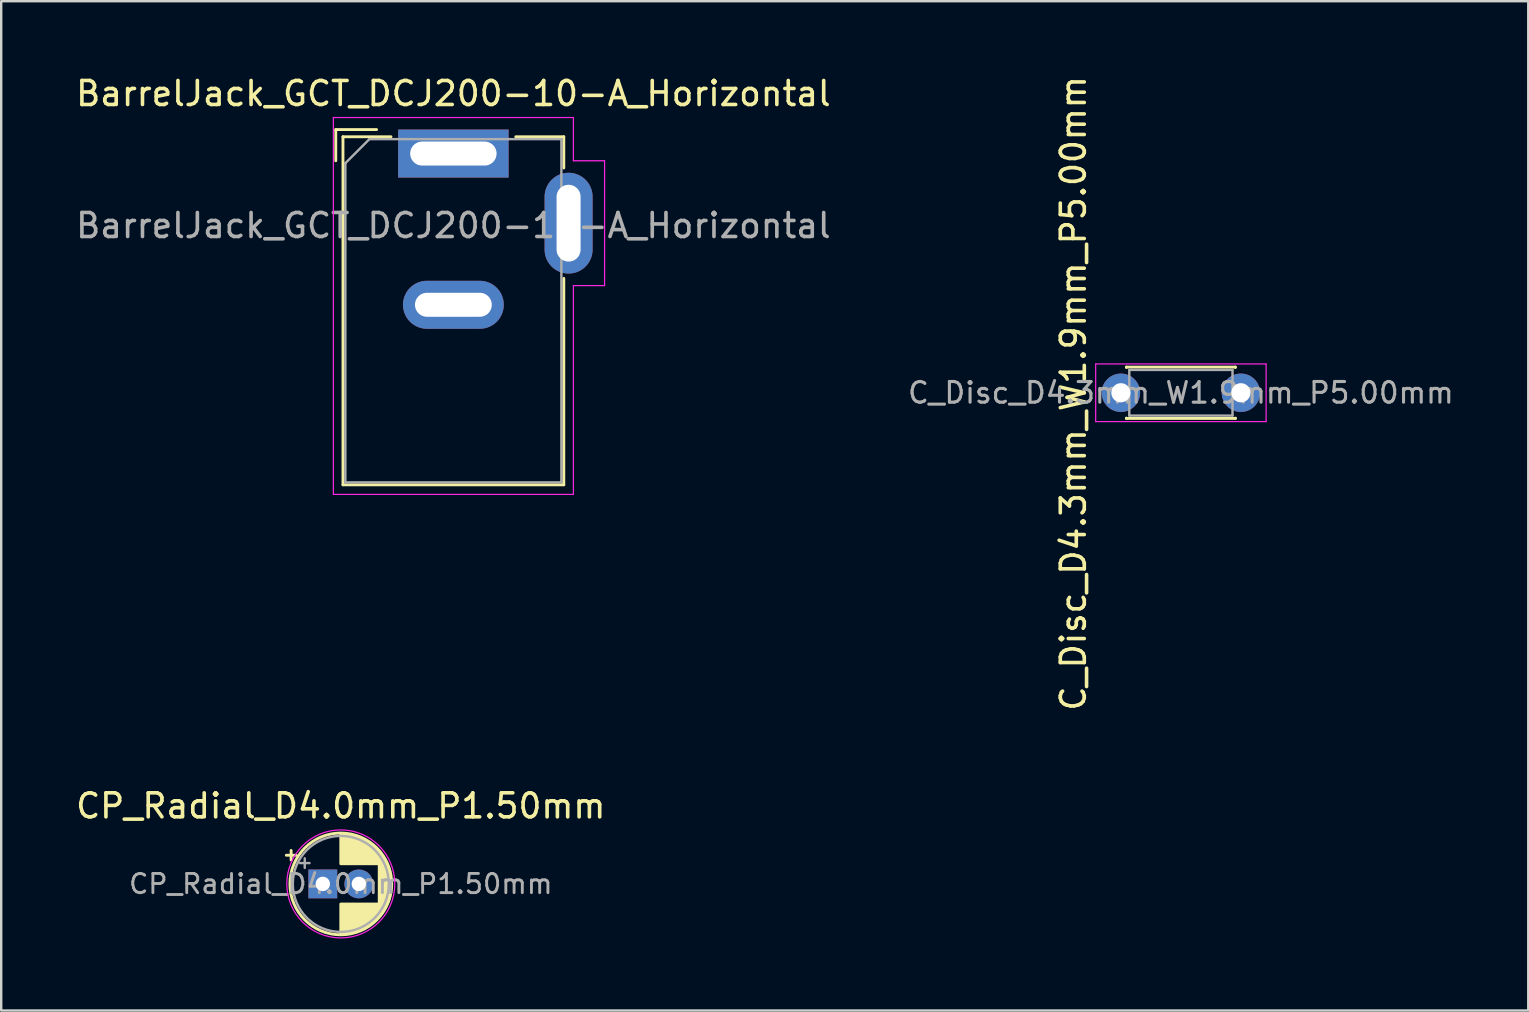
<source format=kicad_pcb>
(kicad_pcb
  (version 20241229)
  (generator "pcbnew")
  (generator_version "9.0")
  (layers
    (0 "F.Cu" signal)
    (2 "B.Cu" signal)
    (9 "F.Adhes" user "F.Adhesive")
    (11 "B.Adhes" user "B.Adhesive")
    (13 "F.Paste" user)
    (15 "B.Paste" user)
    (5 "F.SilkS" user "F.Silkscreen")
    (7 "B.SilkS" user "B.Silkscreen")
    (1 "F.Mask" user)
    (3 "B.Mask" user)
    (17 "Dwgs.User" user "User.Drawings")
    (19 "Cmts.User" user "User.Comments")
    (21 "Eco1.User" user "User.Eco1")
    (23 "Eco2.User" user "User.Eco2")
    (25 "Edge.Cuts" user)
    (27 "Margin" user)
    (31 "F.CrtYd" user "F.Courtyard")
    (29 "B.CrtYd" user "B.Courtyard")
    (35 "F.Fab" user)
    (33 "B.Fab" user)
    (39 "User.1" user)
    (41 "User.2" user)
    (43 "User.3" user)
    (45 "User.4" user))
  (footprint "C_Disc_D4.3mm_W1.9mm_P5.00mm"
    (layer "F.Cu")
    (at 43.65 13.314)
    (property "Reference" "C_Disc_D4.3mm_W1.9mm_P5.00mm" (at -1.98 0.025 270) (layer "F.SilkS") (effects (font (size 1 1) (thickness 0.15))))
    (attr through_hole)
    (fp_line (start 0.23 -1.07) (end 0.23 -1.055) (stroke (width 0.12) (type solid)) (layer "F.SilkS"))
    (fp_line (start 0.23 -1.07) (end 4.77 -1.07) (stroke (width 0.12) (type solid)) (layer "F.SilkS"))
    (fp_line (start 0.23 1.055) (end 0.23 1.07) (stroke (width 0.12) (type solid)) (layer "F.SilkS"))
    (fp_line (start 0.23 1.07) (end 4.77 1.07) (stroke (width 0.12) (type solid)) (layer "F.SilkS"))
    (fp_line (start 4.77 -1.07) (end 4.77 -1.055) (stroke (width 0.12) (type solid)) (layer "F.SilkS"))
    (fp_line (start 4.77 1.055) (end 4.77 1.07) (stroke (width 0.12) (type solid)) (layer "F.SilkS"))
    (fp_line (start -1.05 -1.2) (end -1.05 1.2) (stroke (width 0.05) (type solid)) (layer "F.CrtYd"))
    (fp_line (start -1.05 1.2) (end 6.05 1.2) (stroke (width 0.05) (type solid)) (layer "F.CrtYd"))
    (fp_line (start 6.05 -1.2) (end -1.05 -1.2) (stroke (width 0.05) (type solid)) (layer "F.CrtYd"))
    (fp_line (start 6.05 1.2) (end 6.05 -1.2) (stroke (width 0.05) (type solid)) (layer "F.CrtYd"))
    (fp_line (start 0.35 -0.95) (end 0.35 0.95) (stroke (width 0.1) (type solid)) (layer "F.Fab"))
    (fp_line (start 0.35 0.95) (end 4.65 0.95) (stroke (width 0.1) (type solid)) (layer "F.Fab"))
    (fp_line (start 4.65 -0.95) (end 0.35 -0.95) (stroke (width 0.1) (type solid)) (layer "F.Fab"))
    (fp_line (start 4.65 0.95) (end 4.65 -0.95) (stroke (width 0.1) (type solid)) (layer "F.Fab"))
    (fp_text user "${REFERENCE}" (at 2.5 0 180) (layer "F.Fab") (effects (font (size 0.86 0.86) (thickness 0.129))))
    (pad "1" thru_hole circle (at 0 0) (size 1.6 1.6) (drill 0.8) (layers "*.Cu" "*.Mask"))
    (pad "2" thru_hole circle (at 5 0) (size 1.6 1.6) (drill 0.8) (layers "*.Cu" "*.Mask")))
  (footprint "BarrelJack_GCT_DCJ200-10-A_Horizontal"
    (layer "F.Cu")
    (at 15.839 3.348)
    (property "Reference" "BarrelJack_GCT_DCJ200-10-A_Horizontal" (at 0 -2.5 180) (layer "F.SilkS") (effects (font (size 1 1) (thickness 0.15))))
    (attr through_hole)
    (fp_line (start -4.9 -1) (end -4.9 0.3) (stroke (width 0.12) (type solid)) (layer "F.SilkS"))
    (fp_line (start -4.6 -0.7) (end -2.6 -0.7) (stroke (width 0.12) (type solid)) (layer "F.SilkS"))
    (fp_line (start -4.6 13.8) (end -4.6 -0.7) (stroke (width 0.12) (type solid)) (layer "F.SilkS"))
    (fp_line (start -3.2 -1) (end -4.9 -1) (stroke (width 0.12) (type solid)) (layer "F.SilkS"))
    (fp_line (start 2.6 -0.7) (end 4.6 -0.7) (stroke (width 0.12) (type solid)) (layer "F.SilkS"))
    (fp_line (start 4.6 -0.7) (end 4.6 0.6) (stroke (width 0.12) (type solid)) (layer "F.SilkS"))
    (fp_line (start 4.6 5.2) (end 4.6 13.8) (stroke (width 0.12) (type solid)) (layer "F.SilkS"))
    (fp_line (start 4.6 13.8) (end -4.6 13.8) (stroke (width 0.12) (type solid)) (layer "F.SilkS"))
    (fp_line (start -5 -1.5) (end -5 14.2) (stroke (width 0.05) (type solid)) (layer "F.CrtYd"))
    (fp_line (start -5 14.2) (end 5 14.2) (stroke (width 0.05) (type solid)) (layer "F.CrtYd"))
    (fp_line (start 5 -1.5) (end -5 -1.5) (stroke (width 0.05) (type solid)) (layer "F.CrtYd"))
    (fp_line (start 5 0.3) (end 5 -1.5) (stroke (width 0.05) (type solid)) (layer "F.CrtYd"))
    (fp_line (start 5 14.2) (end 5 5.5) (stroke (width 0.05) (type solid)) (layer "F.CrtYd"))
    (fp_line (start 6.3 0.3) (end 5 0.3) (stroke (width 0.05) (type solid)) (layer "F.CrtYd"))
    (fp_line (start 6.3 0.3) (end 6.3 5.5) (stroke (width 0.05) (type solid)) (layer "F.CrtYd"))
    (fp_line (start 6.3 5.5) (end 5 5.5) (stroke (width 0.05) (type solid)) (layer "F.CrtYd"))
    (fp_line (start -4.5 0.4) (end -3.5 -0.6) (stroke (width 0.1) (type solid)) (layer "F.Fab"))
    (fp_line (start -4.5 13.7) (end -4.5 0.4) (stroke (width 0.1) (type solid)) (layer "F.Fab"))
    (fp_line (start 4.5 -0.6) (end -3.5 -0.6) (stroke (width 0.1) (type solid)) (layer "F.Fab"))
    (fp_line (start 4.5 -0.6) (end 4.5 13.7) (stroke (width 0.1) (type solid)) (layer "F.Fab"))
    (fp_line (start 4.5 13.7) (end -4.5 13.7) (stroke (width 0.1) (type solid)) (layer "F.Fab"))
    (fp_text user "${REFERENCE}" (at 0 3 180) (layer "F.Fab") (effects (font (size 1 1) (thickness 0.15))))
    (pad "1" thru_hole rect (at 0 0) (size 4.6 2) (drill oval 3.6 1) (layers "*.Cu" "*.Mask"))
    (pad "2" thru_hole oval (at 0 6.3) (size 4.2 2) (drill oval 3.2 1) (layers "*.Cu" "*.Mask"))
    (pad "3" thru_hole oval (at 4.8 2.9) (size 2 4.2) (drill oval 1 3.2) (layers "*.Cu" "*.Mask")))
  (footprint "CP_Radial_D4.0mm_P1.50mm"
    (layer "F.Cu")
    (at 10.399 33.777)
    (property "Reference" "CP_Radial_D4.0mm_P1.50mm" (at 0.75 -3.25 180) (layer "F.SilkS") (effects (font (size 1 1) (thickness 0.15))))
    (attr through_hole)
    (fp_line (start -1.52 -1.195) (end -1.12 -1.195) (stroke (width 0.12) (type solid)) (layer "F.SilkS"))
    (fp_line (start -1.32 -1.395) (end -1.32 -0.995) (stroke (width 0.12) (type solid)) (layer "F.SilkS"))
    (fp_line (start 0.75 -2.08) (end 0.75 -0.84) (stroke (width 0.12) (type solid)) (layer "F.SilkS"))
    (fp_line (start 0.75 0.84) (end 0.75 2.08) (stroke (width 0.12) (type solid)) (layer "F.SilkS"))
    (fp_line (start 0.79 -2.08) (end 0.79 -0.84) (stroke (width 0.12) (type solid)) (layer "F.SilkS"))
    (fp_line (start 0.79 0.84) (end 0.79 2.08) (stroke (width 0.12) (type solid)) (layer "F.SilkS"))
    (fp_line (start 0.83 -2.079) (end 0.83 -0.84) (stroke (width 0.12) (type solid)) (layer "F.SilkS"))
    (fp_line (start 0.83 0.84) (end 0.83 2.079) (stroke (width 0.12) (type solid)) (layer "F.SilkS"))
    (fp_line (start 0.87 -2.077) (end 0.87 -0.84) (stroke (width 0.12) (type solid)) (layer "F.SilkS"))
    (fp_line (start 0.87 0.84) (end 0.87 2.077) (stroke (width 0.12) (type solid)) (layer "F.SilkS"))
    (fp_line (start 0.91 -2.074) (end 0.91 -0.84) (stroke (width 0.12) (type solid)) (layer "F.SilkS"))
    (fp_line (start 0.91 0.84) (end 0.91 2.074) (stroke (width 0.12) (type solid)) (layer "F.SilkS"))
    (fp_line (start 0.95 -2.071) (end 0.95 -0.84) (stroke (width 0.12) (type solid)) (layer "F.SilkS"))
    (fp_line (start 0.95 0.84) (end 0.95 2.071) (stroke (width 0.12) (type solid)) (layer "F.SilkS"))
    (fp_line (start 0.99 -2.067) (end 0.99 -0.84) (stroke (width 0.12) (type solid)) (layer "F.SilkS"))
    (fp_line (start 0.99 0.84) (end 0.99 2.067) (stroke (width 0.12) (type solid)) (layer "F.SilkS"))
    (fp_line (start 1.03 -2.062) (end 1.03 -0.84) (stroke (width 0.12) (type solid)) (layer "F.SilkS"))
    (fp_line (start 1.03 0.84) (end 1.03 2.062) (stroke (width 0.12) (type solid)) (layer "F.SilkS"))
    (fp_line (start 1.07 -2.056) (end 1.07 -0.84) (stroke (width 0.12) (type solid)) (layer "F.SilkS"))
    (fp_line (start 1.07 0.84) (end 1.07 2.056) (stroke (width 0.12) (type solid)) (layer "F.SilkS"))
    (fp_line (start 1.11 -2.05) (end 1.11 -0.84) (stroke (width 0.12) (type solid)) (layer "F.SilkS"))
    (fp_line (start 1.11 0.84) (end 1.11 2.05) (stroke (width 0.12) (type solid)) (layer "F.SilkS"))
    (fp_line (start 1.15 -2.042) (end 1.15 -0.84) (stroke (width 0.12) (type solid)) (layer "F.SilkS"))
    (fp_line (start 1.15 0.84) (end 1.15 2.042) (stroke (width 0.12) (type solid)) (layer "F.SilkS"))
    (fp_line (start 1.19 -2.034) (end 1.19 -0.84) (stroke (width 0.12) (type solid)) (layer "F.SilkS"))
    (fp_line (start 1.19 0.84) (end 1.19 2.034) (stroke (width 0.12) (type solid)) (layer "F.SilkS"))
    (fp_line (start 1.23 -2.025) (end 1.23 -0.84) (stroke (width 0.12) (type solid)) (layer "F.SilkS"))
    (fp_line (start 1.23 0.84) (end 1.23 2.025) (stroke (width 0.12) (type solid)) (layer "F.SilkS"))
    (fp_line (start 1.27 -2.016) (end 1.27 -0.84) (stroke (width 0.12) (type solid)) (layer "F.SilkS"))
    (fp_line (start 1.27 0.84) (end 1.27 2.016) (stroke (width 0.12) (type solid)) (layer "F.SilkS"))
    (fp_line (start 1.31 -2.005) (end 1.31 -0.84) (stroke (width 0.12) (type solid)) (layer "F.SilkS"))
    (fp_line (start 1.31 0.84) (end 1.31 2.005) (stroke (width 0.12) (type solid)) (layer "F.SilkS"))
    (fp_line (start 1.35 -1.994) (end 1.35 -0.84) (stroke (width 0.12) (type solid)) (layer "F.SilkS"))
    (fp_line (start 1.35 0.84) (end 1.35 1.994) (stroke (width 0.12) (type solid)) (layer "F.SilkS"))
    (fp_line (start 1.39 -1.982) (end 1.39 -0.84) (stroke (width 0.12) (type solid)) (layer "F.SilkS"))
    (fp_line (start 1.39 0.84) (end 1.39 1.982) (stroke (width 0.12) (type solid)) (layer "F.SilkS"))
    (fp_line (start 1.43 -1.968) (end 1.43 -0.84) (stroke (width 0.12) (type solid)) (layer "F.SilkS"))
    (fp_line (start 1.43 0.84) (end 1.43 1.968) (stroke (width 0.12) (type solid)) (layer "F.SilkS"))
    (fp_line (start 1.471 -1.954) (end 1.471 -0.84) (stroke (width 0.12) (type solid)) (layer "F.SilkS"))
    (fp_line (start 1.471 0.84) (end 1.471 1.954) (stroke (width 0.12) (type solid)) (layer "F.SilkS"))
    (fp_line (start 1.511 -1.94) (end 1.511 -0.84) (stroke (width 0.12) (type solid)) (layer "F.SilkS"))
    (fp_line (start 1.511 0.84) (end 1.511 1.94) (stroke (width 0.12) (type solid)) (layer "F.SilkS"))
    (fp_line (start 1.551 -1.924) (end 1.551 -0.84) (stroke (width 0.12) (type solid)) (layer "F.SilkS"))
    (fp_line (start 1.551 0.84) (end 1.551 1.924) (stroke (width 0.12) (type solid)) (layer "F.SilkS"))
    (fp_line (start 1.591 -1.907) (end 1.591 -0.84) (stroke (width 0.12) (type solid)) (layer "F.SilkS"))
    (fp_line (start 1.591 0.84) (end 1.591 1.907) (stroke (width 0.12) (type solid)) (layer "F.SilkS"))
    (fp_line (start 1.631 -1.889) (end 1.631 -0.84) (stroke (width 0.12) (type solid)) (layer "F.SilkS"))
    (fp_line (start 1.631 0.84) (end 1.631 1.889) (stroke (width 0.12) (type solid)) (layer "F.SilkS"))
    (fp_line (start 1.671 -1.87) (end 1.671 -0.84) (stroke (width 0.12) (type solid)) (layer "F.SilkS"))
    (fp_line (start 1.671 0.84) (end 1.671 1.87) (stroke (width 0.12) (type solid)) (layer "F.SilkS"))
    (fp_line (start 1.711 -1.851) (end 1.711 -0.84) (stroke (width 0.12) (type solid)) (layer "F.SilkS"))
    (fp_line (start 1.711 0.84) (end 1.711 1.851) (stroke (width 0.12) (type solid)) (layer "F.SilkS"))
    (fp_line (start 1.751 -1.83) (end 1.751 -0.84) (stroke (width 0.12) (type solid)) (layer "F.SilkS"))
    (fp_line (start 1.751 0.84) (end 1.751 1.83) (stroke (width 0.12) (type solid)) (layer "F.SilkS"))
    (fp_line (start 1.791 -1.808) (end 1.791 -0.84) (stroke (width 0.12) (type solid)) (layer "F.SilkS"))
    (fp_line (start 1.791 0.84) (end 1.791 1.808) (stroke (width 0.12) (type solid)) (layer "F.SilkS"))
    (fp_line (start 1.831 -1.785) (end 1.831 -0.84) (stroke (width 0.12) (type solid)) (layer "F.SilkS"))
    (fp_line (start 1.831 0.84) (end 1.831 1.785) (stroke (width 0.12) (type solid)) (layer "F.SilkS"))
    (fp_line (start 1.871 -1.76) (end 1.871 -0.84) (stroke (width 0.12) (type solid)) (layer "F.SilkS"))
    (fp_line (start 1.871 0.84) (end 1.871 1.76) (stroke (width 0.12) (type solid)) (layer "F.SilkS"))
    (fp_line (start 1.911 -1.735) (end 1.911 -0.84) (stroke (width 0.12) (type solid)) (layer "F.SilkS"))
    (fp_line (start 1.911 0.84) (end 1.911 1.735) (stroke (width 0.12) (type solid)) (layer "F.SilkS"))
    (fp_line (start 1.951 -1.708) (end 1.951 -0.84) (stroke (width 0.12) (type solid)) (layer "F.SilkS"))
    (fp_line (start 1.951 0.84) (end 1.951 1.708) (stroke (width 0.12) (type solid)) (layer "F.SilkS"))
    (fp_line (start 1.991 -1.68) (end 1.991 -0.84) (stroke (width 0.12) (type solid)) (layer "F.SilkS"))
    (fp_line (start 1.991 0.84) (end 1.991 1.68) (stroke (width 0.12) (type solid)) (layer "F.SilkS"))
    (fp_line (start 2.031 -1.65) (end 2.031 -0.84) (stroke (width 0.12) (type solid)) (layer "F.SilkS"))
    (fp_line (start 2.031 0.84) (end 2.031 1.65) (stroke (width 0.12) (type solid)) (layer "F.SilkS"))
    (fp_line (start 2.071 -1.619) (end 2.071 -0.84) (stroke (width 0.12) (type solid)) (layer "F.SilkS"))
    (fp_line (start 2.071 0.84) (end 2.071 1.619) (stroke (width 0.12) (type solid)) (layer "F.SilkS"))
    (fp_line (start 2.111 -1.587) (end 2.111 -0.84) (stroke (width 0.12) (type solid)) (layer "F.SilkS"))
    (fp_line (start 2.111 0.84) (end 2.111 1.587) (stroke (width 0.12) (type solid)) (layer "F.SilkS"))
    (fp_line (start 2.151 -1.552) (end 2.151 -0.84) (stroke (width 0.12) (type solid)) (layer "F.SilkS"))
    (fp_line (start 2.151 0.84) (end 2.151 1.552) (stroke (width 0.12) (type solid)) (layer "F.SilkS"))
    (fp_line (start 2.191 -1.516) (end 2.191 -0.84) (stroke (width 0.12) (type solid)) (layer "F.SilkS"))
    (fp_line (start 2.191 0.84) (end 2.191 1.516) (stroke (width 0.12) (type solid)) (layer "F.SilkS"))
    (fp_line (start 2.231 -1.478) (end 2.231 -0.84) (stroke (width 0.12) (type solid)) (layer "F.SilkS"))
    (fp_line (start 2.231 0.84) (end 2.231 1.478) (stroke (width 0.12) (type solid)) (layer "F.SilkS"))
    (fp_line (start 2.271 -1.438) (end 2.271 -0.84) (stroke (width 0.12) (type solid)) (layer "F.SilkS"))
    (fp_line (start 2.271 0.84) (end 2.271 1.438) (stroke (width 0.12) (type solid)) (layer "F.SilkS"))
    (fp_line (start 2.311 -1.396) (end 2.311 -0.84) (stroke (width 0.12) (type solid)) (layer "F.SilkS"))
    (fp_line (start 2.311 0.84) (end 2.311 1.396) (stroke (width 0.12) (type solid)) (layer "F.SilkS"))
    (fp_line (start 2.351 -1.351) (end 2.351 1.351) (stroke (width 0.12) (type solid)) (layer "F.SilkS"))
    (fp_line (start 2.391 -1.304) (end 2.391 1.304) (stroke (width 0.12) (type solid)) (layer "F.SilkS"))
    (fp_line (start 2.431 -1.254) (end 2.431 1.254) (stroke (width 0.12) (type solid)) (layer "F.SilkS"))
    (fp_line (start 2.471 -1.2) (end 2.471 1.2) (stroke (width 0.12) (type solid)) (layer "F.SilkS"))
    (fp_line (start 2.511 -1.142) (end 2.511 1.142) (stroke (width 0.12) (type solid)) (layer "F.SilkS"))
    (fp_line (start 2.551 -1.08) (end 2.551 1.08) (stroke (width 0.12) (type solid)) (layer "F.SilkS"))
    (fp_line (start 2.591 -1.013) (end 2.591 1.013) (stroke (width 0.12) (type solid)) (layer "F.SilkS"))
    (fp_line (start 2.631 -0.94) (end 2.631 0.94) (stroke (width 0.12) (type solid)) (layer "F.SilkS"))
    (fp_line (start 2.671 -0.859) (end 2.671 0.859) (stroke (width 0.12) (type solid)) (layer "F.SilkS"))
    (fp_line (start 2.711 -0.768) (end 2.711 0.768) (stroke (width 0.12) (type solid)) (layer "F.SilkS"))
    (fp_line (start 2.751 -0.664) (end 2.751 0.664) (stroke (width 0.12) (type solid)) (layer "F.SilkS"))
    (fp_line (start 2.791 -0.537) (end 2.791 0.537) (stroke (width 0.12) (type solid)) (layer "F.SilkS"))
    (fp_line (start 2.831 -0.37) (end 2.831 0.37) (stroke (width 0.12) (type solid)) (layer "F.SilkS"))
    (fp_circle (center 0.75 0) (end 2.87 0) (stroke (width 0.12) (type solid)) (fill no) (layer "F.SilkS"))
    (fp_circle (center 0.75 0) (end 3 0) (stroke (width 0.05) (type solid)) (fill no) (layer "F.CrtYd"))
    (fp_line (start -0.953 -0.868) (end -0.553 -0.868) (stroke (width 0.1) (type solid)) (layer "F.Fab"))
    (fp_line (start -0.753 -1.067) (end -0.753 -0.667) (stroke (width 0.1) (type solid)) (layer "F.Fab"))
    (fp_circle (center 0.75 0) (end 2.75 0) (stroke (width 0.1) (type solid)) (fill no) (layer "F.Fab"))
    (fp_text user "${REFERENCE}" (at 0.75 0 180) (layer "F.Fab") (effects (font (size 0.8 0.8) (thickness 0.12))))
    (pad "1" thru_hole rect (at 0 0) (size 1.2 1.2) (drill 0.6) (layers "*.Cu" "*.Mask"))
    (pad "2" thru_hole circle (at 1.5 0) (size 1.2 1.2) (drill 0.6) (layers "*.Cu" "*.Mask")))
  (gr_rect
    (start -3 -3)
    (end 60.622 39.052)
    (stroke (width 0.1) (type default))
    (fill no)
    (layer "Edge.Cuts")))
</source>
